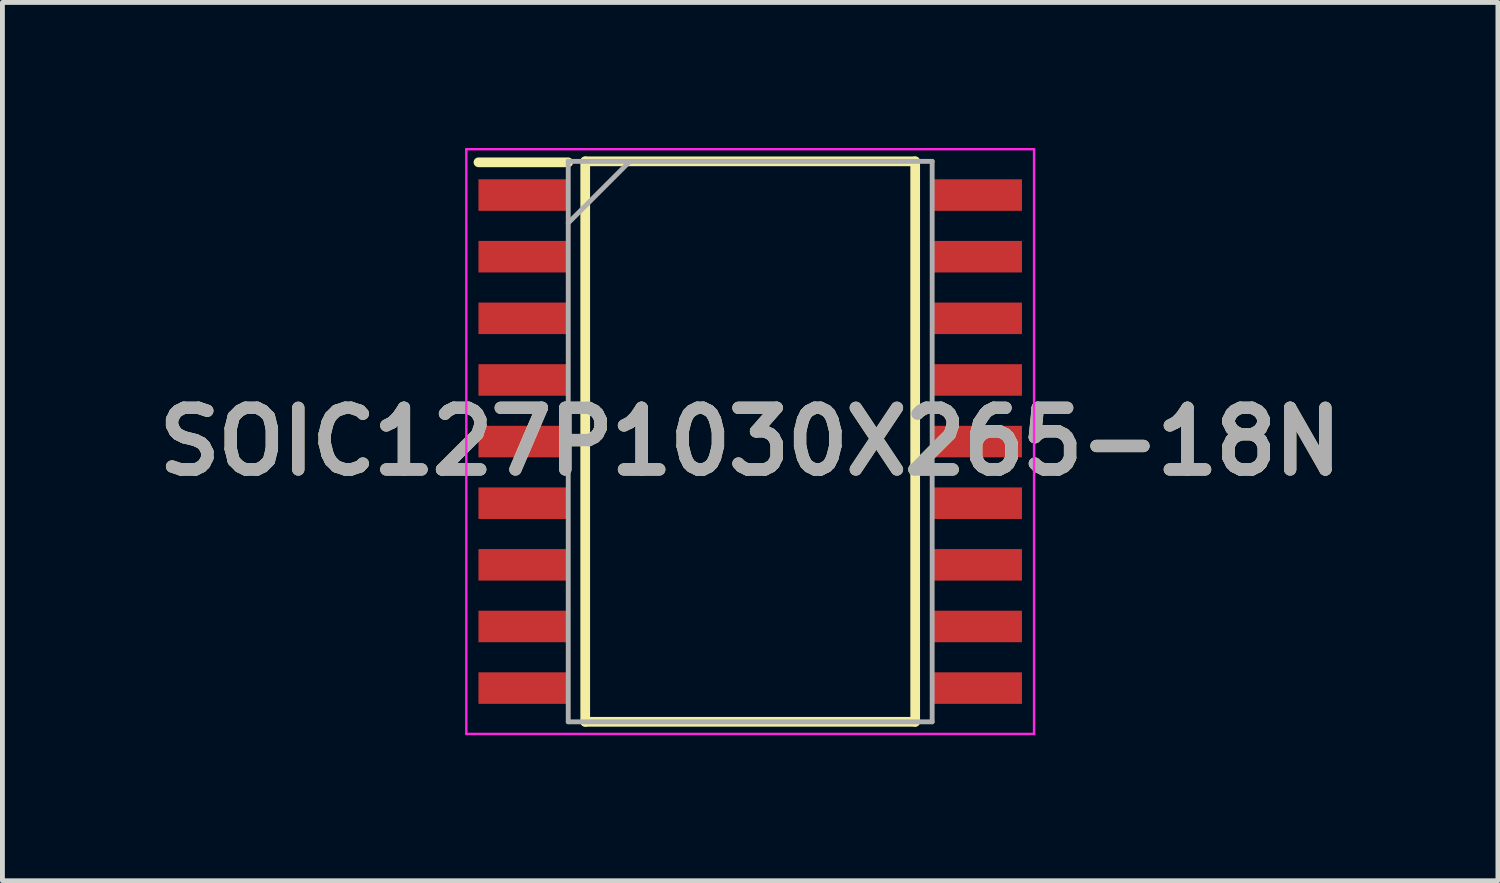
<source format=kicad_pcb>
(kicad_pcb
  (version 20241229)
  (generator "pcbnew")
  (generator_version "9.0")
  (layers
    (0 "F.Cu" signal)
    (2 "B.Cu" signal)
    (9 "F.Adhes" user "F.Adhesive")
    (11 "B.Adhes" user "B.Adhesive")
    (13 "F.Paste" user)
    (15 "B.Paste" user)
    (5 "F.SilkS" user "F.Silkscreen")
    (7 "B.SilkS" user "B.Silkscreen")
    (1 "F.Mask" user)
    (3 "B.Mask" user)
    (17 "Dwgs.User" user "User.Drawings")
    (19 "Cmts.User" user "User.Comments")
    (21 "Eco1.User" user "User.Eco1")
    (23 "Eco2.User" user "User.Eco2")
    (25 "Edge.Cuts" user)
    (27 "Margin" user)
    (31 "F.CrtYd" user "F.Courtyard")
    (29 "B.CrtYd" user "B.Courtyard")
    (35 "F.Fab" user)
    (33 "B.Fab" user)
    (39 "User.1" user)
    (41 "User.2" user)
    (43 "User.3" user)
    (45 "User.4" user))
  (footprint "SOIC127P1030X265-18N"
    (layer "F.Cu")
    (at 12.41 6.05)
    (property "Reference" "SOIC127P1030X265-18N" (at 0 0 0) (layer "F.SilkS") (effects (font (size 1.27 1.27) (thickness 0.254))))
    (attr smd)
    (fp_line (start -5.6 -5.755) (end -3.75 -5.755) (stroke (width 0.2) (type solid)) (layer "F.SilkS"))
    (fp_line (start -3.4 -5.775) (end 3.4 -5.775) (stroke (width 0.2) (type solid)) (layer "F.SilkS"))
    (fp_line (start -3.4 5.775) (end -3.4 -5.775) (stroke (width 0.2) (type solid)) (layer "F.SilkS"))
    (fp_line (start 3.4 -5.775) (end 3.4 5.775) (stroke (width 0.2) (type solid)) (layer "F.SilkS"))
    (fp_line (start 3.4 5.775) (end -3.4 5.775) (stroke (width 0.2) (type solid)) (layer "F.SilkS"))
    (fp_line (start -5.85 -6.025) (end 5.85 -6.025) (stroke (width 0.05) (type solid)) (layer "F.CrtYd"))
    (fp_line (start -5.85 6.025) (end -5.85 -6.025) (stroke (width 0.05) (type solid)) (layer "F.CrtYd"))
    (fp_line (start 5.85 -6.025) (end 5.85 6.025) (stroke (width 0.05) (type solid)) (layer "F.CrtYd"))
    (fp_line (start 5.85 6.025) (end -5.85 6.025) (stroke (width 0.05) (type solid)) (layer "F.CrtYd"))
    (fp_line (start -3.75 -5.775) (end 3.75 -5.775) (stroke (width 0.1) (type solid)) (layer "F.Fab"))
    (fp_line (start -3.75 -4.505) (end -2.48 -5.775) (stroke (width 0.1) (type solid)) (layer "F.Fab"))
    (fp_line (start -3.75 5.775) (end -3.75 -5.775) (stroke (width 0.1) (type solid)) (layer "F.Fab"))
    (fp_line (start 3.75 -5.775) (end 3.75 5.775) (stroke (width 0.1) (type solid)) (layer "F.Fab"))
    (fp_line (start 3.75 5.775) (end -3.75 5.775) (stroke (width 0.1) (type solid)) (layer "F.Fab"))
    (fp_text user "${REFERENCE}" (at 0 0 0) (layer "F.Fab") (effects (font (size 1.27 1.27) (thickness 0.254))))
    (pad "1" smd rect (at -4.675 -5.08 90) (size 0.65 1.85) (layers "F.Cu" "F.Mask" "F.Paste"))
    (pad "2" smd rect (at -4.675 -3.81 90) (size 0.65 1.85) (layers "F.Cu" "F.Mask" "F.Paste"))
    (pad "3" smd rect (at -4.675 -2.54 90) (size 0.65 1.85) (layers "F.Cu" "F.Mask" "F.Paste"))
    (pad "4" smd rect (at -4.675 -1.27 90) (size 0.65 1.85) (layers "F.Cu" "F.Mask" "F.Paste"))
    (pad "5" smd rect (at -4.675 0 90) (size 0.65 1.85) (layers "F.Cu" "F.Mask" "F.Paste"))
    (pad "6" smd rect (at -4.675 1.27 90) (size 0.65 1.85) (layers "F.Cu" "F.Mask" "F.Paste"))
    (pad "7" smd rect (at -4.675 2.54 90) (size 0.65 1.85) (layers "F.Cu" "F.Mask" "F.Paste"))
    (pad "8" smd rect (at -4.675 3.81 90) (size 0.65 1.85) (layers "F.Cu" "F.Mask" "F.Paste"))
    (pad "9" smd rect (at -4.675 5.08 90) (size 0.65 1.85) (layers "F.Cu" "F.Mask" "F.Paste"))
    (pad "10" smd rect (at 4.675 5.08 90) (size 0.65 1.85) (layers "F.Cu" "F.Mask" "F.Paste"))
    (pad "11" smd rect (at 4.675 3.81 90) (size 0.65 1.85) (layers "F.Cu" "F.Mask" "F.Paste"))
    (pad "12" smd rect (at 4.675 2.54 90) (size 0.65 1.85) (layers "F.Cu" "F.Mask" "F.Paste"))
    (pad "13" smd rect (at 4.675 1.27 90) (size 0.65 1.85) (layers "F.Cu" "F.Mask" "F.Paste"))
    (pad "14" smd rect (at 4.675 0 90) (size 0.65 1.85) (layers "F.Cu" "F.Mask" "F.Paste"))
    (pad "15" smd rect (at 4.675 -1.27 90) (size 0.65 1.85) (layers "F.Cu" "F.Mask" "F.Paste"))
    (pad "16" smd rect (at 4.675 -2.54 90) (size 0.65 1.85) (layers "F.Cu" "F.Mask" "F.Paste"))
    (pad "17" smd rect (at 4.675 -3.81 90) (size 0.65 1.85) (layers "F.Cu" "F.Mask" "F.Paste"))
    (pad "18" smd rect (at 4.675 -5.08 90) (size 0.65 1.85) (layers "F.Cu" "F.Mask" "F.Paste")))
  (gr_rect
    (start -3 -3)
    (end 27.819 15.1)
    (stroke (width 0.1) (type default))
    (fill no)
    (layer "Edge.Cuts")))
</source>
